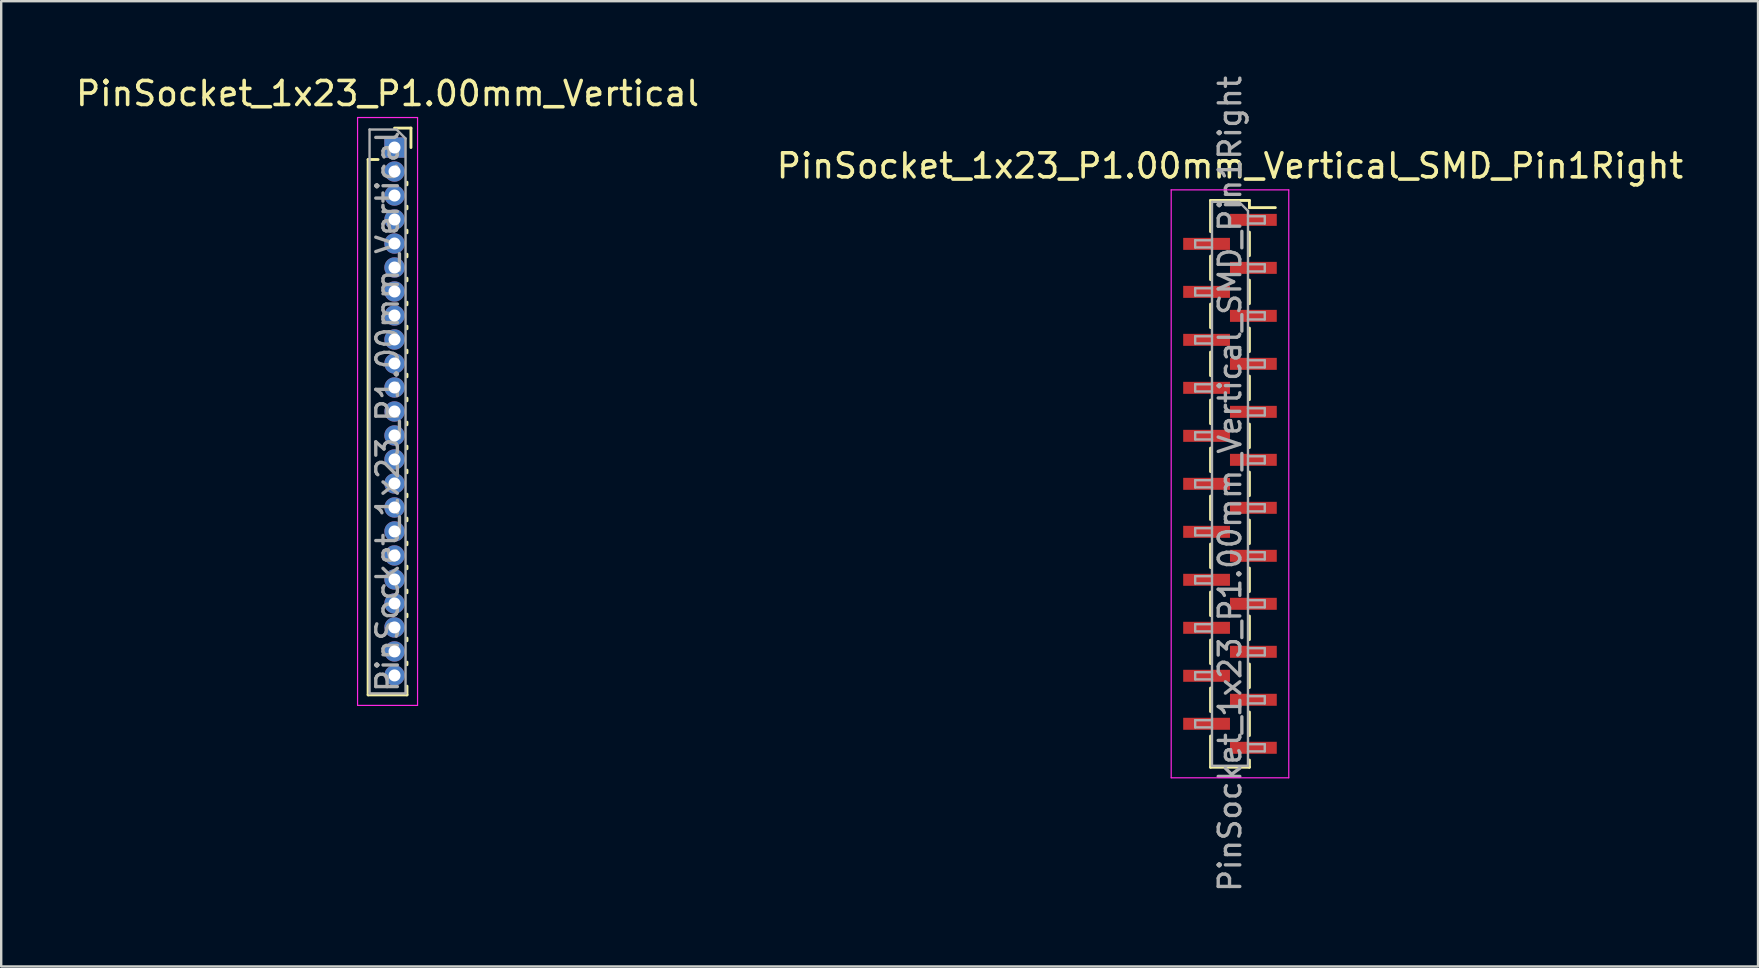
<source format=kicad_pcb>
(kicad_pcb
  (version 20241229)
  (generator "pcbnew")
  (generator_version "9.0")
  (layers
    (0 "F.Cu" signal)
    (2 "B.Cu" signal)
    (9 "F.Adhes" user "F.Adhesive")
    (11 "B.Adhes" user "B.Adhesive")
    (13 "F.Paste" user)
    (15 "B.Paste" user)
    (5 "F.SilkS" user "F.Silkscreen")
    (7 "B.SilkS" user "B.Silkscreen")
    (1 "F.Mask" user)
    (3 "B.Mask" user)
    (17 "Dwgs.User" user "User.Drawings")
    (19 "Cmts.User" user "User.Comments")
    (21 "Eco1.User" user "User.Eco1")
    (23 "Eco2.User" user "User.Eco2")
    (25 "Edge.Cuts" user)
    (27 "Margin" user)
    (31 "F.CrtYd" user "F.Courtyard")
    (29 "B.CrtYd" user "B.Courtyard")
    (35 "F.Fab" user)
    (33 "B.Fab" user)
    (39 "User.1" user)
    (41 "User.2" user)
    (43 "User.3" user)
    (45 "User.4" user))
  (footprint "PinSocket_1x23_P1.00mm_Vertical_SMD_Pin1Right"
    (layer "F.Cu")
    (at 48.208 17.113)
    (property "Reference" "PinSocket_1x23_P1.00mm_Vertical_SMD_Pin1Right" (at 0 -13.25 0) (layer "F.SilkS") (effects (font (size 1 1) (thickness 0.15))))
    (attr smd)
    (fp_line (start -0.81 -11.81) (end -0.81 -10.51) (stroke (width 0.12) (type solid)) (layer "F.SilkS"))
    (fp_line (start -0.81 -11.81) (end 0.81 -11.81) (stroke (width 0.12) (type solid)) (layer "F.SilkS"))
    (fp_line (start -0.81 -9.49) (end -0.81 -8.51) (stroke (width 0.12) (type solid)) (layer "F.SilkS"))
    (fp_line (start -0.81 -7.49) (end -0.81 -6.51) (stroke (width 0.12) (type solid)) (layer "F.SilkS"))
    (fp_line (start -0.81 -5.49) (end -0.81 -4.51) (stroke (width 0.12) (type solid)) (layer "F.SilkS"))
    (fp_line (start -0.81 -3.49) (end -0.81 -2.51) (stroke (width 0.12) (type solid)) (layer "F.SilkS"))
    (fp_line (start -0.81 -1.49) (end -0.81 -0.51) (stroke (width 0.12) (type solid)) (layer "F.SilkS"))
    (fp_line (start -0.81 0.51) (end -0.81 1.49) (stroke (width 0.12) (type solid)) (layer "F.SilkS"))
    (fp_line (start -0.81 2.51) (end -0.81 3.49) (stroke (width 0.12) (type solid)) (layer "F.SilkS"))
    (fp_line (start -0.81 4.51) (end -0.81 5.49) (stroke (width 0.12) (type solid)) (layer "F.SilkS"))
    (fp_line (start -0.81 6.51) (end -0.81 7.49) (stroke (width 0.12) (type solid)) (layer "F.SilkS"))
    (fp_line (start -0.81 8.51) (end -0.81 9.49) (stroke (width 0.12) (type solid)) (layer "F.SilkS"))
    (fp_line (start -0.81 10.51) (end -0.81 11.81) (stroke (width 0.12) (type solid)) (layer "F.SilkS"))
    (fp_line (start -0.81 11.81) (end 0.81 11.81) (stroke (width 0.12) (type solid)) (layer "F.SilkS"))
    (fp_line (start 0.81 -11.81) (end 0.81 -11.51) (stroke (width 0.12) (type solid)) (layer "F.SilkS"))
    (fp_line (start 0.81 -11.51) (end 1.89 -11.51) (stroke (width 0.12) (type solid)) (layer "F.SilkS"))
    (fp_line (start 0.81 -10.49) (end 0.81 -9.51) (stroke (width 0.12) (type solid)) (layer "F.SilkS"))
    (fp_line (start 0.81 -8.49) (end 0.81 -7.51) (stroke (width 0.12) (type solid)) (layer "F.SilkS"))
    (fp_line (start 0.81 -6.49) (end 0.81 -5.51) (stroke (width 0.12) (type solid)) (layer "F.SilkS"))
    (fp_line (start 0.81 -4.49) (end 0.81 -3.51) (stroke (width 0.12) (type solid)) (layer "F.SilkS"))
    (fp_line (start 0.81 -2.49) (end 0.81 -1.51) (stroke (width 0.12) (type solid)) (layer "F.SilkS"))
    (fp_line (start 0.81 -0.49) (end 0.81 0.49) (stroke (width 0.12) (type solid)) (layer "F.SilkS"))
    (fp_line (start 0.81 1.51) (end 0.81 2.49) (stroke (width 0.12) (type solid)) (layer "F.SilkS"))
    (fp_line (start 0.81 3.51) (end 0.81 4.49) (stroke (width 0.12) (type solid)) (layer "F.SilkS"))
    (fp_line (start 0.81 5.51) (end 0.81 6.49) (stroke (width 0.12) (type solid)) (layer "F.SilkS"))
    (fp_line (start 0.81 7.51) (end 0.81 8.49) (stroke (width 0.12) (type solid)) (layer "F.SilkS"))
    (fp_line (start 0.81 9.51) (end 0.81 10.49) (stroke (width 0.12) (type solid)) (layer "F.SilkS"))
    (fp_line (start 0.81 11.51) (end 0.81 11.81) (stroke (width 0.12) (type solid)) (layer "F.SilkS"))
    (fp_line (start -2.45 -12.25) (end 2.45 -12.25) (stroke (width 0.05) (type solid)) (layer "F.CrtYd"))
    (fp_line (start -2.45 12.25) (end -2.45 -12.25) (stroke (width 0.05) (type solid)) (layer "F.CrtYd"))
    (fp_line (start 2.45 -12.25) (end 2.45 12.25) (stroke (width 0.05) (type solid)) (layer "F.CrtYd"))
    (fp_line (start 2.45 12.25) (end -2.45 12.25) (stroke (width 0.05) (type solid)) (layer "F.CrtYd"))
    (fp_line (start -1.45 -10.15) (end -0.75 -10.15) (stroke (width 0.1) (type solid)) (layer "F.Fab"))
    (fp_line (start -1.45 -9.85) (end -1.45 -10.15) (stroke (width 0.1) (type solid)) (layer "F.Fab"))
    (fp_line (start -1.45 -8.15) (end -0.75 -8.15) (stroke (width 0.1) (type solid)) (layer "F.Fab"))
    (fp_line (start -1.45 -7.85) (end -1.45 -8.15) (stroke (width 0.1) (type solid)) (layer "F.Fab"))
    (fp_line (start -1.45 -6.15) (end -0.75 -6.15) (stroke (width 0.1) (type solid)) (layer "F.Fab"))
    (fp_line (start -1.45 -5.85) (end -1.45 -6.15) (stroke (width 0.1) (type solid)) (layer "F.Fab"))
    (fp_line (start -1.45 -4.15) (end -0.75 -4.15) (stroke (width 0.1) (type solid)) (layer "F.Fab"))
    (fp_line (start -1.45 -3.85) (end -1.45 -4.15) (stroke (width 0.1) (type solid)) (layer "F.Fab"))
    (fp_line (start -1.45 -2.15) (end -0.75 -2.15) (stroke (width 0.1) (type solid)) (layer "F.Fab"))
    (fp_line (start -1.45 -1.85) (end -1.45 -2.15) (stroke (width 0.1) (type solid)) (layer "F.Fab"))
    (fp_line (start -1.45 -0.15) (end -0.75 -0.15) (stroke (width 0.1) (type solid)) (layer "F.Fab"))
    (fp_line (start -1.45 0.15) (end -1.45 -0.15) (stroke (width 0.1) (type solid)) (layer "F.Fab"))
    (fp_line (start -1.45 1.85) (end -0.75 1.85) (stroke (width 0.1) (type solid)) (layer "F.Fab"))
    (fp_line (start -1.45 2.15) (end -1.45 1.85) (stroke (width 0.1) (type solid)) (layer "F.Fab"))
    (fp_line (start -1.45 3.85) (end -0.75 3.85) (stroke (width 0.1) (type solid)) (layer "F.Fab"))
    (fp_line (start -1.45 4.15) (end -1.45 3.85) (stroke (width 0.1) (type solid)) (layer "F.Fab"))
    (fp_line (start -1.45 5.85) (end -0.75 5.85) (stroke (width 0.1) (type solid)) (layer "F.Fab"))
    (fp_line (start -1.45 6.15) (end -1.45 5.85) (stroke (width 0.1) (type solid)) (layer "F.Fab"))
    (fp_line (start -1.45 7.85) (end -0.75 7.85) (stroke (width 0.1) (type solid)) (layer "F.Fab"))
    (fp_line (start -1.45 8.15) (end -1.45 7.85) (stroke (width 0.1) (type solid)) (layer "F.Fab"))
    (fp_line (start -1.45 9.85) (end -0.75 9.85) (stroke (width 0.1) (type solid)) (layer "F.Fab"))
    (fp_line (start -1.45 10.15) (end -1.45 9.85) (stroke (width 0.1) (type solid)) (layer "F.Fab"))
    (fp_line (start -0.75 -11.75) (end 0.375 -11.75) (stroke (width 0.1) (type solid)) (layer "F.Fab"))
    (fp_line (start -0.75 -9.85) (end -1.45 -9.85) (stroke (width 0.1) (type solid)) (layer "F.Fab"))
    (fp_line (start -0.75 -7.85) (end -1.45 -7.85) (stroke (width 0.1) (type solid)) (layer "F.Fab"))
    (fp_line (start -0.75 -5.85) (end -1.45 -5.85) (stroke (width 0.1) (type solid)) (layer "F.Fab"))
    (fp_line (start -0.75 -3.85) (end -1.45 -3.85) (stroke (width 0.1) (type solid)) (layer "F.Fab"))
    (fp_line (start -0.75 -1.85) (end -1.45 -1.85) (stroke (width 0.1) (type solid)) (layer "F.Fab"))
    (fp_line (start -0.75 0.15) (end -1.45 0.15) (stroke (width 0.1) (type solid)) (layer "F.Fab"))
    (fp_line (start -0.75 2.15) (end -1.45 2.15) (stroke (width 0.1) (type solid)) (layer "F.Fab"))
    (fp_line (start -0.75 4.15) (end -1.45 4.15) (stroke (width 0.1) (type solid)) (layer "F.Fab"))
    (fp_line (start -0.75 6.15) (end -1.45 6.15) (stroke (width 0.1) (type solid)) (layer "F.Fab"))
    (fp_line (start -0.75 8.15) (end -1.45 8.15) (stroke (width 0.1) (type solid)) (layer "F.Fab"))
    (fp_line (start -0.75 10.15) (end -1.45 10.15) (stroke (width 0.1) (type solid)) (layer "F.Fab"))
    (fp_line (start -0.75 11.75) (end -0.75 -11.75) (stroke (width 0.1) (type solid)) (layer "F.Fab"))
    (fp_line (start 0.375 -11.75) (end 0.75 -11.375) (stroke (width 0.1) (type solid)) (layer "F.Fab"))
    (fp_line (start 0.75 -11.375) (end 0.75 11.75) (stroke (width 0.1) (type solid)) (layer "F.Fab"))
    (fp_line (start 0.75 -11.15) (end 1.45 -11.15) (stroke (width 0.1) (type solid)) (layer "F.Fab"))
    (fp_line (start 0.75 -9.15) (end 1.45 -9.15) (stroke (width 0.1) (type solid)) (layer "F.Fab"))
    (fp_line (start 0.75 -7.15) (end 1.45 -7.15) (stroke (width 0.1) (type solid)) (layer "F.Fab"))
    (fp_line (start 0.75 -5.15) (end 1.45 -5.15) (stroke (width 0.1) (type solid)) (layer "F.Fab"))
    (fp_line (start 0.75 -3.15) (end 1.45 -3.15) (stroke (width 0.1) (type solid)) (layer "F.Fab"))
    (fp_line (start 0.75 -1.15) (end 1.45 -1.15) (stroke (width 0.1) (type solid)) (layer "F.Fab"))
    (fp_line (start 0.75 0.85) (end 1.45 0.85) (stroke (width 0.1) (type solid)) (layer "F.Fab"))
    (fp_line (start 0.75 2.85) (end 1.45 2.85) (stroke (width 0.1) (type solid)) (layer "F.Fab"))
    (fp_line (start 0.75 4.85) (end 1.45 4.85) (stroke (width 0.1) (type solid)) (layer "F.Fab"))
    (fp_line (start 0.75 6.85) (end 1.45 6.85) (stroke (width 0.1) (type solid)) (layer "F.Fab"))
    (fp_line (start 0.75 8.85) (end 1.45 8.85) (stroke (width 0.1) (type solid)) (layer "F.Fab"))
    (fp_line (start 0.75 10.85) (end 1.45 10.85) (stroke (width 0.1) (type solid)) (layer "F.Fab"))
    (fp_line (start 0.75 11.75) (end -0.75 11.75) (stroke (width 0.1) (type solid)) (layer "F.Fab"))
    (fp_line (start 1.45 -11.15) (end 1.45 -10.85) (stroke (width 0.1) (type solid)) (layer "F.Fab"))
    (fp_line (start 1.45 -10.85) (end 0.75 -10.85) (stroke (width 0.1) (type solid)) (layer "F.Fab"))
    (fp_line (start 1.45 -9.15) (end 1.45 -8.85) (stroke (width 0.1) (type solid)) (layer "F.Fab"))
    (fp_line (start 1.45 -8.85) (end 0.75 -8.85) (stroke (width 0.1) (type solid)) (layer "F.Fab"))
    (fp_line (start 1.45 -7.15) (end 1.45 -6.85) (stroke (width 0.1) (type solid)) (layer "F.Fab"))
    (fp_line (start 1.45 -6.85) (end 0.75 -6.85) (stroke (width 0.1) (type solid)) (layer "F.Fab"))
    (fp_line (start 1.45 -5.15) (end 1.45 -4.85) (stroke (width 0.1) (type solid)) (layer "F.Fab"))
    (fp_line (start 1.45 -4.85) (end 0.75 -4.85) (stroke (width 0.1) (type solid)) (layer "F.Fab"))
    (fp_line (start 1.45 -3.15) (end 1.45 -2.85) (stroke (width 0.1) (type solid)) (layer "F.Fab"))
    (fp_line (start 1.45 -2.85) (end 0.75 -2.85) (stroke (width 0.1) (type solid)) (layer "F.Fab"))
    (fp_line (start 1.45 -1.15) (end 1.45 -0.85) (stroke (width 0.1) (type solid)) (layer "F.Fab"))
    (fp_line (start 1.45 -0.85) (end 0.75 -0.85) (stroke (width 0.1) (type solid)) (layer "F.Fab"))
    (fp_line (start 1.45 0.85) (end 1.45 1.15) (stroke (width 0.1) (type solid)) (layer "F.Fab"))
    (fp_line (start 1.45 1.15) (end 0.75 1.15) (stroke (width 0.1) (type solid)) (layer "F.Fab"))
    (fp_line (start 1.45 2.85) (end 1.45 3.15) (stroke (width 0.1) (type solid)) (layer "F.Fab"))
    (fp_line (start 1.45 3.15) (end 0.75 3.15) (stroke (width 0.1) (type solid)) (layer "F.Fab"))
    (fp_line (start 1.45 4.85) (end 1.45 5.15) (stroke (width 0.1) (type solid)) (layer "F.Fab"))
    (fp_line (start 1.45 5.15) (end 0.75 5.15) (stroke (width 0.1) (type solid)) (layer "F.Fab"))
    (fp_line (start 1.45 6.85) (end 1.45 7.15) (stroke (width 0.1) (type solid)) (layer "F.Fab"))
    (fp_line (start 1.45 7.15) (end 0.75 7.15) (stroke (width 0.1) (type solid)) (layer "F.Fab"))
    (fp_line (start 1.45 8.85) (end 1.45 9.15) (stroke (width 0.1) (type solid)) (layer "F.Fab"))
    (fp_line (start 1.45 9.15) (end 0.75 9.15) (stroke (width 0.1) (type solid)) (layer "F.Fab"))
    (fp_line (start 1.45 10.85) (end 1.45 11.15) (stroke (width 0.1) (type solid)) (layer "F.Fab"))
    (fp_line (start 1.45 11.15) (end 0.75 11.15) (stroke (width 0.1) (type solid)) (layer "F.Fab"))
    (fp_text user "${REFERENCE}" (at 0 0 90) (layer "F.Fab") (effects (font (size 0.9 0.9) (thickness 0.14))))
    (pad "1" smd rect (at 0.975 -11) (size 1.95 0.5) (layers "F.Cu" "F.Mask" "F.Paste"))
    (pad "2" smd rect (at -0.975 -10) (size 1.95 0.5) (layers "F.Cu" "F.Mask" "F.Paste"))
    (pad "3" smd rect (at 0.975 -9) (size 1.95 0.5) (layers "F.Cu" "F.Mask" "F.Paste"))
    (pad "4" smd rect (at -0.975 -8) (size 1.95 0.5) (layers "F.Cu" "F.Mask" "F.Paste"))
    (pad "5" smd rect (at 0.975 -7) (size 1.95 0.5) (layers "F.Cu" "F.Mask" "F.Paste"))
    (pad "6" smd rect (at -0.975 -6) (size 1.95 0.5) (layers "F.Cu" "F.Mask" "F.Paste"))
    (pad "7" smd rect (at 0.975 -5) (size 1.95 0.5) (layers "F.Cu" "F.Mask" "F.Paste"))
    (pad "8" smd rect (at -0.975 -4) (size 1.95 0.5) (layers "F.Cu" "F.Mask" "F.Paste"))
    (pad "9" smd rect (at 0.975 -3) (size 1.95 0.5) (layers "F.Cu" "F.Mask" "F.Paste"))
    (pad "10" smd rect (at -0.975 -2) (size 1.95 0.5) (layers "F.Cu" "F.Mask" "F.Paste"))
    (pad "11" smd rect (at 0.975 -1) (size 1.95 0.5) (layers "F.Cu" "F.Mask" "F.Paste"))
    (pad "12" smd rect (at -0.975 0) (size 1.95 0.5) (layers "F.Cu" "F.Mask" "F.Paste"))
    (pad "13" smd rect (at 0.975 1) (size 1.95 0.5) (layers "F.Cu" "F.Mask" "F.Paste"))
    (pad "14" smd rect (at -0.975 2) (size 1.95 0.5) (layers "F.Cu" "F.Mask" "F.Paste"))
    (pad "15" smd rect (at 0.975 3) (size 1.95 0.5) (layers "F.Cu" "F.Mask" "F.Paste"))
    (pad "16" smd rect (at -0.975 4) (size 1.95 0.5) (layers "F.Cu" "F.Mask" "F.Paste"))
    (pad "17" smd rect (at 0.975 5) (size 1.95 0.5) (layers "F.Cu" "F.Mask" "F.Paste"))
    (pad "18" smd rect (at -0.975 6) (size 1.95 0.5) (layers "F.Cu" "F.Mask" "F.Paste"))
    (pad "19" smd rect (at 0.975 7) (size 1.95 0.5) (layers "F.Cu" "F.Mask" "F.Paste"))
    (pad "20" smd rect (at -0.975 8) (size 1.95 0.5) (layers "F.Cu" "F.Mask" "F.Paste"))
    (pad "21" smd rect (at 0.975 9) (size 1.95 0.5) (layers "F.Cu" "F.Mask" "F.Paste"))
    (pad "22" smd rect (at -0.975 10) (size 1.95 0.5) (layers "F.Cu" "F.Mask" "F.Paste"))
    (pad "23" smd rect (at 0.975 11) (size 1.95 0.5) (layers "F.Cu" "F.Mask" "F.Paste")))
  (footprint "PinSocket_1x23_P1.00mm_Vertical"
    (layer "F.Cu")
    (at 13.391 3.098)
    (property "Reference" "PinSocket_1x23_P1.00mm_Vertical" (at -0.29 -2.25 0) (layer "F.SilkS") (effects (font (size 1 1) (thickness 0.15))))
    (attr through_hole)
    (fp_line (start -1.1 0.5) (end -1.1 22.81) (stroke (width 0.12) (type solid)) (layer "F.SilkS"))
    (fp_line (start -1.1 0.5) (end -0.685 0.5) (stroke (width 0.12) (type solid)) (layer "F.SilkS"))
    (fp_line (start -1.1 22.81) (end 0.52 22.81) (stroke (width 0.12) (type solid)) (layer "F.SilkS"))
    (fp_line (start 0 -0.81) (end 0.685 -0.81) (stroke (width 0.12) (type solid)) (layer "F.SilkS"))
    (fp_line (start 0.52 1.446) (end 0.52 1.554) (stroke (width 0.12) (type solid)) (layer "F.SilkS"))
    (fp_line (start 0.52 2.446) (end 0.52 2.554) (stroke (width 0.12) (type solid)) (layer "F.SilkS"))
    (fp_line (start 0.52 3.446) (end 0.52 3.554) (stroke (width 0.12) (type solid)) (layer "F.SilkS"))
    (fp_line (start 0.52 4.446) (end 0.52 4.554) (stroke (width 0.12) (type solid)) (layer "F.SilkS"))
    (fp_line (start 0.52 5.446) (end 0.52 5.554) (stroke (width 0.12) (type solid)) (layer "F.SilkS"))
    (fp_line (start 0.52 6.446) (end 0.52 6.554) (stroke (width 0.12) (type solid)) (layer "F.SilkS"))
    (fp_line (start 0.52 7.446) (end 0.52 7.554) (stroke (width 0.12) (type solid)) (layer "F.SilkS"))
    (fp_line (start 0.52 8.446) (end 0.52 8.554) (stroke (width 0.12) (type solid)) (layer "F.SilkS"))
    (fp_line (start 0.52 9.446) (end 0.52 9.554) (stroke (width 0.12) (type solid)) (layer "F.SilkS"))
    (fp_line (start 0.52 10.446) (end 0.52 10.554) (stroke (width 0.12) (type solid)) (layer "F.SilkS"))
    (fp_line (start 0.52 11.446) (end 0.52 11.554) (stroke (width 0.12) (type solid)) (layer "F.SilkS"))
    (fp_line (start 0.52 12.446) (end 0.52 12.554) (stroke (width 0.12) (type solid)) (layer "F.SilkS"))
    (fp_line (start 0.52 13.446) (end 0.52 13.554) (stroke (width 0.12) (type solid)) (layer "F.SilkS"))
    (fp_line (start 0.52 14.446) (end 0.52 14.554) (stroke (width 0.12) (type solid)) (layer "F.SilkS"))
    (fp_line (start 0.52 15.446) (end 0.52 15.554) (stroke (width 0.12) (type solid)) (layer "F.SilkS"))
    (fp_line (start 0.52 16.446) (end 0.52 16.554) (stroke (width 0.12) (type solid)) (layer "F.SilkS"))
    (fp_line (start 0.52 17.446) (end 0.52 17.554) (stroke (width 0.12) (type solid)) (layer "F.SilkS"))
    (fp_line (start 0.52 18.446) (end 0.52 18.554) (stroke (width 0.12) (type solid)) (layer "F.SilkS"))
    (fp_line (start 0.52 19.446) (end 0.52 19.554) (stroke (width 0.12) (type solid)) (layer "F.SilkS"))
    (fp_line (start 0.52 20.446) (end 0.52 20.554) (stroke (width 0.12) (type solid)) (layer "F.SilkS"))
    (fp_line (start 0.52 21.446) (end 0.52 21.554) (stroke (width 0.12) (type solid)) (layer "F.SilkS"))
    (fp_line (start 0.52 22.446) (end 0.52 22.81) (stroke (width 0.12) (type solid)) (layer "F.SilkS"))
    (fp_line (start 0.685 -0.81) (end 0.685 0) (stroke (width 0.12) (type solid)) (layer "F.SilkS"))
    (fp_line (start -1.54 -1.25) (end 0.96 -1.25) (stroke (width 0.05) (type solid)) (layer "F.CrtYd"))
    (fp_line (start -1.54 23.25) (end -1.54 -1.25) (stroke (width 0.05) (type solid)) (layer "F.CrtYd"))
    (fp_line (start 0.96 -1.25) (end 0.96 23.25) (stroke (width 0.05) (type solid)) (layer "F.CrtYd"))
    (fp_line (start 0.96 23.25) (end -1.54 23.25) (stroke (width 0.05) (type solid)) (layer "F.CrtYd"))
    (fp_line (start -1.04 -0.75) (end 0.085 -0.75) (stroke (width 0.1) (type solid)) (layer "F.Fab"))
    (fp_line (start -1.04 22.75) (end -1.04 -0.75) (stroke (width 0.1) (type solid)) (layer "F.Fab"))
    (fp_line (start 0.085 -0.75) (end 0.46 -0.375) (stroke (width 0.1) (type solid)) (layer "F.Fab"))
    (fp_line (start 0.46 -0.375) (end 0.46 22.75) (stroke (width 0.1) (type solid)) (layer "F.Fab"))
    (fp_line (start 0.46 22.75) (end -1.04 22.75) (stroke (width 0.1) (type solid)) (layer "F.Fab"))
    (fp_text user "${REFERENCE}" (at -0.29 11 90) (layer "F.Fab") (effects (font (size 0.9 0.9) (thickness 0.14))))
    (pad "1" thru_hole rect (at 0 0) (size 0.85 0.85) (drill 0.5) (layers "*.Cu" "*.Mask"))
    (pad "2" thru_hole oval (at 0 1) (size 0.85 0.85) (drill 0.5) (layers "*.Cu" "*.Mask"))
    (pad "3" thru_hole oval (at 0 2) (size 0.85 0.85) (drill 0.5) (layers "*.Cu" "*.Mask"))
    (pad "4" thru_hole oval (at 0 3) (size 0.85 0.85) (drill 0.5) (layers "*.Cu" "*.Mask"))
    (pad "5" thru_hole oval (at 0 4) (size 0.85 0.85) (drill 0.5) (layers "*.Cu" "*.Mask"))
    (pad "6" thru_hole oval (at 0 5) (size 0.85 0.85) (drill 0.5) (layers "*.Cu" "*.Mask"))
    (pad "7" thru_hole oval (at 0 6) (size 0.85 0.85) (drill 0.5) (layers "*.Cu" "*.Mask"))
    (pad "8" thru_hole oval (at 0 7) (size 0.85 0.85) (drill 0.5) (layers "*.Cu" "*.Mask"))
    (pad "9" thru_hole oval (at 0 8) (size 0.85 0.85) (drill 0.5) (layers "*.Cu" "*.Mask"))
    (pad "10" thru_hole oval (at 0 9) (size 0.85 0.85) (drill 0.5) (layers "*.Cu" "*.Mask"))
    (pad "11" thru_hole oval (at 0 10) (size 0.85 0.85) (drill 0.5) (layers "*.Cu" "*.Mask"))
    (pad "12" thru_hole oval (at 0 11) (size 0.85 0.85) (drill 0.5) (layers "*.Cu" "*.Mask"))
    (pad "13" thru_hole oval (at 0 12) (size 0.85 0.85) (drill 0.5) (layers "*.Cu" "*.Mask"))
    (pad "14" thru_hole oval (at 0 13) (size 0.85 0.85) (drill 0.5) (layers "*.Cu" "*.Mask"))
    (pad "15" thru_hole oval (at 0 14) (size 0.85 0.85) (drill 0.5) (layers "*.Cu" "*.Mask"))
    (pad "16" thru_hole oval (at 0 15) (size 0.85 0.85) (drill 0.5) (layers "*.Cu" "*.Mask"))
    (pad "17" thru_hole oval (at 0 16) (size 0.85 0.85) (drill 0.5) (layers "*.Cu" "*.Mask"))
    (pad "18" thru_hole oval (at 0 17) (size 0.85 0.85) (drill 0.5) (layers "*.Cu" "*.Mask"))
    (pad "19" thru_hole oval (at 0 18) (size 0.85 0.85) (drill 0.5) (layers "*.Cu" "*.Mask"))
    (pad "20" thru_hole oval (at 0 19) (size 0.85 0.85) (drill 0.5) (layers "*.Cu" "*.Mask"))
    (pad "21" thru_hole oval (at 0 20) (size 0.85 0.85) (drill 0.5) (layers "*.Cu" "*.Mask"))
    (pad "22" thru_hole oval (at 0 21) (size 0.85 0.85) (drill 0.5) (layers "*.Cu" "*.Mask"))
    (pad "23" thru_hole oval (at 0 22) (size 0.85 0.85) (drill 0.5) (layers "*.Cu" "*.Mask")))
  (gr_rect
    (start -3 -3)
    (end 70.214 37.226)
    (stroke (width 0.1) (type default))
    (fill no)
    (layer "Edge.Cuts")))
</source>
